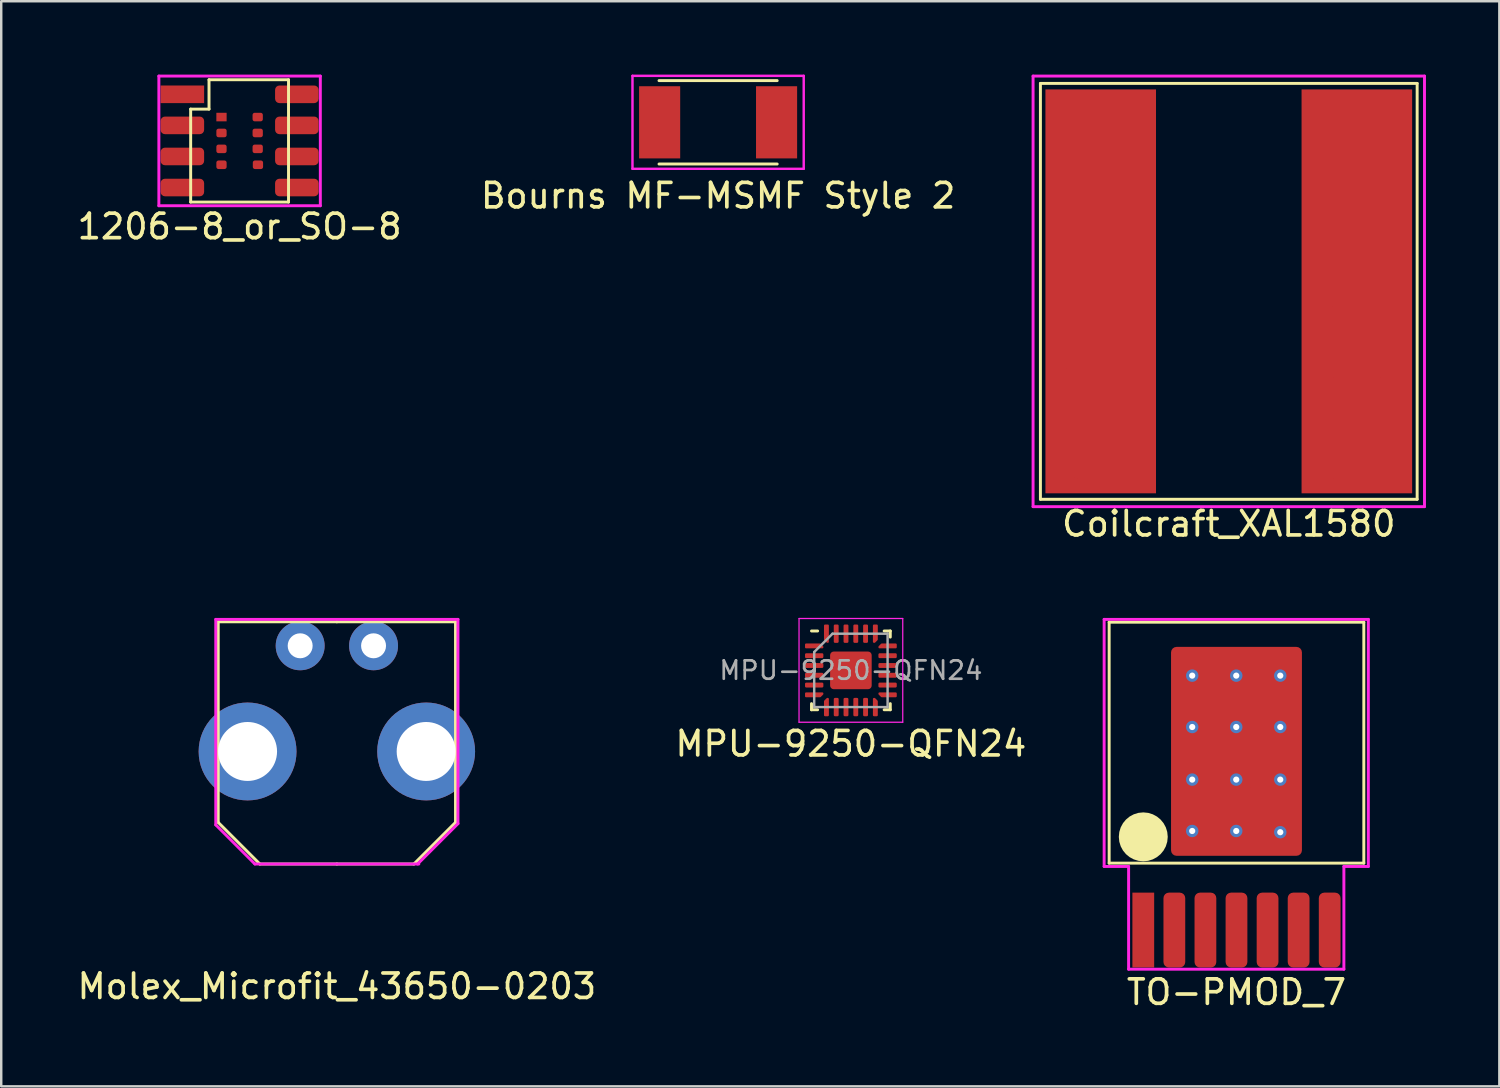
<source format=kicad_pcb>
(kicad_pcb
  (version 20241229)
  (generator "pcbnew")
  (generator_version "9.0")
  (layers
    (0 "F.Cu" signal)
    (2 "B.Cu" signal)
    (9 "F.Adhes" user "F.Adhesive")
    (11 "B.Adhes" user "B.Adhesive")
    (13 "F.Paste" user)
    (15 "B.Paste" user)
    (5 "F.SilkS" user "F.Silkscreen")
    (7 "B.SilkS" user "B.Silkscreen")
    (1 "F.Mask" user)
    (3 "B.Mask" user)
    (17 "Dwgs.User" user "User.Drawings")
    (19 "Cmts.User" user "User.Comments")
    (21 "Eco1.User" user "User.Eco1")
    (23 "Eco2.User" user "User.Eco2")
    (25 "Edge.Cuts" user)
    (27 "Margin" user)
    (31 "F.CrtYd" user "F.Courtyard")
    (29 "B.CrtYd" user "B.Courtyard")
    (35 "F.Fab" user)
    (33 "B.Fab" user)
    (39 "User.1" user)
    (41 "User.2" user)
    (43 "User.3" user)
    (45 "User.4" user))
  (footprint "Coilcraft_XAL1580"
    (layer "F.Cu")
    (at 47.179 8.86)
    (property "Reference" "Coilcraft_XAL1580" (at 0 9.5 0) (layer "F.SilkS") (effects (font (size 1 1) (thickness 0.15))))
    (attr through_hole)
    (fp_line (start -7.7 -8.5) (end -7.7 8.5) (stroke (width 0.12) (type solid)) (layer "F.SilkS"))
    (fp_line (start -7.7 8.5) (end 7.7 8.5) (stroke (width 0.12) (type solid)) (layer "F.SilkS"))
    (fp_line (start 7.7 -8.5) (end -7.7 -8.5) (stroke (width 0.12) (type solid)) (layer "F.SilkS"))
    (fp_line (start 7.7 8.5) (end 7.7 -8.5) (stroke (width 0.12) (type solid)) (layer "F.SilkS"))
    (fp_line (start -8 -8.8) (end -8 8.8) (stroke (width 0.12) (type solid)) (layer "F.CrtYd"))
    (fp_line (start -8 8.8) (end 8 8.8) (stroke (width 0.12) (type solid)) (layer "F.CrtYd"))
    (fp_line (start 8 -8.8) (end -8 -8.8) (stroke (width 0.12) (type solid)) (layer "F.CrtYd"))
    (fp_line (start 8 8.8) (end 8 -8.8) (stroke (width 0.12) (type solid)) (layer "F.CrtYd"))
    (pad "1" smd roundrect (at 5.235 -6.191) (size 3 3) (layers "F.Cu" "F.Paste") (roundrect_rratio 0.25))
    (pad "1" smd roundrect (at 5.235 -2.063) (size 3 3) (layers "F.Cu" "F.Paste") (roundrect_rratio 0.25))
    (pad "1" smd rect (at 5.235 0) (size 4.52 16.51) (layers "F.Cu" "F.Mask"))
    (pad "1" smd roundrect (at 5.235 2.064) (size 3 3) (layers "F.Cu" "F.Paste") (roundrect_rratio 0.25))
    (pad "1" smd roundrect (at 5.235 6.191) (size 3 3) (layers "F.Cu" "F.Paste") (roundrect_rratio 0.25))
    (pad "2" smd roundrect (at -5.235 -6.191) (size 3 3) (layers "F.Cu" "F.Paste") (roundrect_rratio 0.25))
    (pad "2" smd roundrect (at -5.235 -2.063) (size 3 3) (layers "F.Cu" "F.Paste") (roundrect_rratio 0.25))
    (pad "2" smd rect (at -5.235 0) (size 4.52 16.51) (layers "F.Cu" "F.Mask"))
    (pad "2" smd roundrect (at -5.235 2.05) (size 3 3) (layers "F.Cu" "F.Paste") (roundrect_rratio 0.25))
    (pad "2" smd roundrect (at -5.235 6.191) (size 3 3) (layers "F.Cu" "F.Paste") (roundrect_rratio 0.25)))
  (footprint "1206-8_or_SO-8"
    (layer "F.Cu")
    (at 6.744 2.71)
    (property "Reference" "1206-8_or_SO-8" (at 0 3.5 0) (layer "F.SilkS") (effects (font (size 1 1) (thickness 0.15))))
    (attr through_hole)
    (fp_line (start -2 -1.3) (end -1.25 -1.3) (stroke (width 0.12) (type solid)) (layer "F.SilkS"))
    (fp_line (start -2 2.5) (end -2 -1.3) (stroke (width 0.12) (type solid)) (layer "F.SilkS"))
    (fp_line (start -1.25 -2.5) (end 2 -2.5) (stroke (width 0.12) (type solid)) (layer "F.SilkS"))
    (fp_line (start -1.25 -1.3) (end -1.25 -2.5) (stroke (width 0.12) (type solid)) (layer "F.SilkS"))
    (fp_line (start 2 -2.5) (end 2 2.5) (stroke (width 0.12) (type solid)) (layer "F.SilkS"))
    (fp_line (start 2 2.5) (end -2 2.5) (stroke (width 0.12) (type solid)) (layer "F.SilkS"))
    (fp_line (start -3.3 -2.65) (end 3.3 -2.65) (stroke (width 0.12) (type solid)) (layer "F.CrtYd"))
    (fp_line (start -3.3 2.65) (end -3.3 -2.65) (stroke (width 0.12) (type solid)) (layer "F.CrtYd"))
    (fp_line (start 3.3 -2.65) (end 3.3 2.65) (stroke (width 0.12) (type solid)) (layer "F.CrtYd"))
    (fp_line (start 3.3 2.65) (end -3.3 2.65) (stroke (width 0.12) (type solid)) (layer "F.CrtYd"))
    (pad "1" smd rect (at -2.34 -1.905) (size 1.78 0.72) (layers "F.Cu" "F.Mask" "F.Paste"))
    (pad "1" smd rect (at -0.74 -0.975) (size 0.42 0.35) (layers "F.Cu" "F.Mask" "F.Paste"))
    (pad "2" smd roundrect (at -2.34 -0.635) (size 1.78 0.72) (layers "F.Cu" "F.Mask" "F.Paste") (roundrect_rratio 0.25))
    (pad "2" smd roundrect (at -0.74 -0.325) (size 0.42 0.35) (layers "F.Cu" "F.Mask" "F.Paste") (roundrect_rratio 0.25))
    (pad "3" smd roundrect (at -2.34 0.635) (size 1.78 0.72) (layers "F.Cu" "F.Mask" "F.Paste") (roundrect_rratio 0.25))
    (pad "3" smd roundrect (at -0.74 0.325) (size 0.42 0.35) (layers "F.Cu" "F.Mask" "F.Paste") (roundrect_rratio 0.25))
    (pad "4" smd roundrect (at -2.34 1.905) (size 1.78 0.72) (layers "F.Cu" "F.Mask" "F.Paste") (roundrect_rratio 0.25))
    (pad "4" smd roundrect (at -0.74 0.975) (size 0.42 0.35) (layers "F.Cu" "F.Mask" "F.Paste") (roundrect_rratio 0.25))
    (pad "5" smd roundrect (at 0.75 0.975) (size 0.42 0.35) (layers "F.Cu" "F.Mask" "F.Paste") (roundrect_rratio 0.25))
    (pad "5" smd roundrect (at 2.34 1.905) (size 1.78 0.72) (layers "F.Cu" "F.Mask" "F.Paste") (roundrect_rratio 0.25))
    (pad "6" smd roundrect (at 0.74 0.325) (size 0.42 0.35) (layers "F.Cu" "F.Mask" "F.Paste") (roundrect_rratio 0.25))
    (pad "6" smd roundrect (at 2.34 0.635) (size 1.78 0.72) (layers "F.Cu" "F.Mask" "F.Paste") (roundrect_rratio 0.25))
    (pad "7" smd roundrect (at 0.74 -0.325) (size 0.42 0.35) (layers "F.Cu" "F.Mask" "F.Paste") (roundrect_rratio 0.25))
    (pad "7" smd roundrect (at 2.34 -0.635) (size 1.78 0.72) (layers "F.Cu" "F.Mask" "F.Paste") (roundrect_rratio 0.25))
    (pad "8" smd roundrect (at 0.74 -0.975) (size 0.42 0.35) (layers "F.Cu" "F.Mask" "F.Paste") (roundrect_rratio 0.25))
    (pad "8" smd roundrect (at 2.34 -1.905) (size 1.78 0.72) (layers "F.Cu" "F.Mask" "F.Paste") (roundrect_rratio 0.25)))
  (footprint "Molex_Microfit_43650-0203"
    (layer "F.Cu")
    (at 10.72 32.268)
    (property "Reference" "Molex_Microfit_43650-0203" (at 0 5 0) (layer "F.SilkS") (effects (font (size 1 1) (thickness 0.15))))
    (attr through_hole)
    (fp_line (start -4.85 -9.9) (end 0 -9.9) (stroke (width 0.12) (type solid)) (layer "F.SilkS"))
    (fp_line (start -4.85 -1.7) (end -4.85 -9.9) (stroke (width 0.12) (type solid)) (layer "F.SilkS"))
    (fp_line (start -3.15 0) (end -4.85 -1.7) (stroke (width 0.12) (type solid)) (layer "F.SilkS"))
    (fp_line (start 0 -9.9) (end 4.85 -9.9) (stroke (width 0.12) (type solid)) (layer "F.SilkS"))
    (fp_line (start 0 0) (end -3.15 0) (stroke (width 0.12) (type solid)) (layer "F.SilkS"))
    (fp_line (start 0 0) (end 3.15 0) (stroke (width 0.12) (type solid)) (layer "F.SilkS"))
    (fp_line (start 3.15 0) (end 4.85 -1.7) (stroke (width 0.12) (type solid)) (layer "F.SilkS"))
    (fp_line (start 4.85 -1.7) (end 4.85 -9.9) (stroke (width 0.12) (type solid)) (layer "F.SilkS"))
    (fp_line (start -4.95 -10) (end 4.95 -10) (stroke (width 0.12) (type solid)) (layer "F.CrtYd"))
    (fp_line (start -4.95 -1.6) (end -4.95 -10) (stroke (width 0.12) (type solid)) (layer "F.CrtYd"))
    (fp_line (start -3.35 0) (end -4.95 -1.6) (stroke (width 0.12) (type solid)) (layer "F.CrtYd"))
    (fp_line (start 3.35 0) (end -3.35 0) (stroke (width 0.12) (type solid)) (layer "F.CrtYd"))
    (fp_line (start 4.95 -10) (end 4.95 -1.65) (stroke (width 0.12) (type solid)) (layer "F.CrtYd"))
    (fp_line (start 4.95 -1.65) (end 3.3 0) (stroke (width 0.12) (type solid)) (layer "F.CrtYd"))
    (pad "" np_thru_hole circle (at -3.65 -4.6) (size 4 4) (drill 2.41) (layers "*.Cu" "*.Mask"))
    (pad "" np_thru_hole circle (at 3.65 -4.6) (size 4 4) (drill 2.41) (layers "*.Cu" "*.Mask"))
    (pad "1" thru_hole circle (at 1.5 -8.92) (size 2 2) (drill 1.02) (layers "*.Cu" "*.Mask"))
    (pad "2" thru_hole circle (at -1.5 -8.92) (size 2 2) (drill 1.02) (layers "*.Cu" "*.Mask")))
  (footprint "TO-PMOD_7"
    (layer "F.Cu")
    (at 43.684 34.968)
    (property "Reference" "TO-PMOD_7" (at 3.81 2.54 0) (layer "F.SilkS") (effects (font (size 1 1) (thickness 0.15))))
    (attr through_hole)
    (fp_line (start -1.395 -12.585) (end -1.395 -2.735) (stroke (width 0.12) (type solid)) (layer "F.SilkS"))
    (fp_line (start -1.395 -12.585) (end 9.015 -12.585) (stroke (width 0.12) (type solid)) (layer "F.SilkS"))
    (fp_line (start 9.015 -12.585) (end 9.015 -2.735) (stroke (width 0.12) (type solid)) (layer "F.SilkS"))
    (fp_line (start 9.015 -2.735) (end -1.395 -2.735) (stroke (width 0.12) (type solid)) (layer "F.SilkS"))
    (fp_circle (center 0 -3.81) (end 0 -3.81) (stroke (width 1) (type solid)) (fill no) (layer "F.SilkS"))
    (fp_line (start -1.6 -12.7) (end -1.6 -2.6) (stroke (width 0.12) (type solid)) (layer "F.CrtYd"))
    (fp_line (start -0.6 -2.6) (end -1.6 -2.6) (stroke (width 0.12) (type solid)) (layer "F.CrtYd"))
    (fp_line (start -0.6 1.6) (end -0.6 -2.6) (stroke (width 0.12) (type solid)) (layer "F.CrtYd"))
    (fp_line (start 8.2 -2.6) (end 8.2 1.6) (stroke (width 0.12) (type solid)) (layer "F.CrtYd"))
    (fp_line (start 8.2 1.6) (end -0.6 1.6) (stroke (width 0.12) (type solid)) (layer "F.CrtYd"))
    (fp_line (start 9.2 -12.7) (end -1.6 -12.7) (stroke (width 0.12) (type solid)) (layer "F.CrtYd"))
    (fp_line (start 9.2 -2.6) (end 8.2 -2.6) (stroke (width 0.12) (type solid)) (layer "F.CrtYd"))
    (fp_line (start 9.2 -2.6) (end 9.2 -12.7) (stroke (width 0.12) (type solid)) (layer "F.CrtYd"))
    (pad "1" smd rect (at 0 0) (size 0.89 3.06) (layers "F.Cu" "F.Mask" "F.Paste"))
    (pad "2" smd roundrect (at 1.27 0) (size 0.89 3.06) (layers "F.Cu" "F.Mask" "F.Paste") (roundrect_rratio 0.25))
    (pad "3" smd roundrect (at 2.54 0) (size 0.89 3.06) (layers "F.Cu" "F.Mask" "F.Paste") (roundrect_rratio 0.25))
    (pad "4" smd roundrect (at 3.81 0) (size 0.89 3.06) (layers "F.Cu" "F.Mask" "F.Paste") (roundrect_rratio 0.25))
    (pad "5" smd roundrect (at 5.08 0) (size 0.89 3.06) (layers "F.Cu" "F.Mask" "F.Paste") (roundrect_rratio 0.25))
    (pad "6" smd roundrect (at 6.35 0) (size 0.89 3.06) (layers "F.Cu" "F.Mask" "F.Paste") (roundrect_rratio 0.25))
    (pad "7" smd roundrect (at 7.62 0) (size 0.89 3.06) (layers "F.Cu" "F.Mask" "F.Paste") (roundrect_rratio 0.25))
    (pad "GND" thru_hole circle (at 2 -10.4) (size 0.508 0.508) (drill 0.254) (layers "*.Cu"))
    (pad "GND" thru_hole circle (at 2 -8.3) (size 0.508 0.508) (drill 0.254) (layers "*.Cu"))
    (pad "GND" thru_hole circle (at 2 -6.15) (size 0.508 0.508) (drill 0.254) (layers "*.Cu"))
    (pad "GND" thru_hole circle (at 2 -4.05) (size 0.508 0.508) (drill 0.254) (layers "*.Cu"))
    (pad "GND" smd roundrect (at 2.85 -5.1) (size 1.3 1.6) (layers "F.Cu" "F.Mask" "F.Paste") (roundrect_rratio 0.292))
    (pad "GND" smd roundrect (at 2.9 -9.35) (size 1.3 1.6) (layers "F.Cu" "F.Mask" "F.Paste") (roundrect_rratio 0.292))
    (pad "GND" smd roundrect (at 2.9 -7.25) (size 1.3 1.6) (layers "F.Cu" "F.Mask" "F.Paste") (roundrect_rratio 0.292))
    (pad "GND" thru_hole circle (at 3.8 -10.4) (size 0.508 0.508) (drill 0.254) (layers "*.Cu"))
    (pad "GND" thru_hole circle (at 3.8 -8.3) (size 0.508 0.508) (drill 0.254) (layers "*.Cu"))
    (pad "GND" thru_hole circle (at 3.8 -6.15) (size 0.508 0.508) (drill 0.254) (layers "*.Cu"))
    (pad "GND" thru_hole circle (at 3.8 -4.05) (size 0.508 0.508) (drill 0.254) (layers "*.Cu"))
    (pad "GND" smd roundrect (at 3.81 -7.305) (size 5.35 8.54) (layers "F.Cu" "F.Mask") (roundrect_rratio 0.042))
    (pad "GND" smd roundrect (at 4.7 -7.25) (size 1.3 1.6) (layers "F.Cu" "F.Mask" "F.Paste") (roundrect_rratio 0.292))
    (pad "GND" smd roundrect (at 4.75 -9.35) (size 1.4 1.6) (layers "F.Cu" "F.Mask" "F.Paste") (roundrect_rratio 0.292))
    (pad "GND" smd roundrect (at 4.75 -5.05) (size 1.3 1.6) (layers "F.Cu" "F.Mask" "F.Paste") (roundrect_rratio 0.292))
    (pad "GND" thru_hole circle (at 5.6 -10.4) (size 0.508 0.508) (drill 0.254) (layers "*.Cu"))
    (pad "GND" thru_hole circle (at 5.6 -8.3) (size 0.508 0.508) (drill 0.254) (layers "*.Cu"))
    (pad "GND" thru_hole circle (at 5.6 -6.15) (size 0.508 0.508) (drill 0.254) (layers "*.Cu"))
    (pad "GND" thru_hole circle (at 5.6 -4) (size 0.508 0.508) (drill 0.254) (layers "*.Cu")))
  (footprint "Bourns MF-MSMF Style 2"
    (layer "F.Cu")
    (at 26.304 1.95)
    (property "Reference" "Bourns MF-MSMF Style 2" (at 0 3 0) (layer "F.SilkS") (effects (font (size 1 1) (thickness 0.15))))
    (attr through_hole)
    (fp_line (start -2.415 -1.705) (end 2.415 -1.705) (stroke (width 0.12) (type solid)) (layer "F.SilkS"))
    (fp_line (start -2.415 1.705) (end 2.415 1.705) (stroke (width 0.12) (type solid)) (layer "F.SilkS"))
    (fp_line (start -3.5 -1.9) (end 3.5 -1.9) (stroke (width 0.1) (type solid)) (layer "F.CrtYd"))
    (fp_line (start -3.5 1.9) (end -3.5 -1.9) (stroke (width 0.1) (type solid)) (layer "F.CrtYd"))
    (fp_line (start 3.5 -1.9) (end 3.5 1.9) (stroke (width 0.1) (type solid)) (layer "F.CrtYd"))
    (fp_line (start 3.5 1.9) (end -3.5 1.9) (stroke (width 0.1) (type solid)) (layer "F.CrtYd"))
    (pad "1" smd rect (at -2.39 0) (size 1.68 2.95) (layers "F.Cu" "F.Mask" "F.Paste"))
    (pad "2" smd rect (at 2.39 0) (size 1.68 2.95) (layers "F.Cu" "F.Mask" "F.Paste")))
  (footprint "MPU-9250-QFN24"
    (layer "F.Cu")
    (at 31.732 24.353)
    (property "Reference" "MPU-9250-QFN24" (at 0 3 0) (layer "F.SilkS") (effects (font (size 1 1) (thickness 0.15))))
    (attr through_hole)
    (fp_line (start -1.61 1.61) (end -1.61 1.36) (stroke (width 0.12) (type solid)) (layer "F.SilkS"))
    (fp_line (start -1.36 -1.61) (end -1.61 -1.61) (stroke (width 0.12) (type solid)) (layer "F.SilkS"))
    (fp_line (start -1.36 1.61) (end -1.61 1.61) (stroke (width 0.12) (type solid)) (layer "F.SilkS"))
    (fp_line (start 1.36 -1.61) (end 1.61 -1.61) (stroke (width 0.12) (type solid)) (layer "F.SilkS"))
    (fp_line (start 1.36 1.61) (end 1.61 1.61) (stroke (width 0.12) (type solid)) (layer "F.SilkS"))
    (fp_line (start 1.61 -1.61) (end 1.61 -1.36) (stroke (width 0.12) (type solid)) (layer "F.SilkS"))
    (fp_line (start 1.61 1.61) (end 1.61 1.36) (stroke (width 0.12) (type solid)) (layer "F.SilkS"))
    (fp_line (start -2.12 -2.12) (end -2.12 2.12) (stroke (width 0.05) (type solid)) (layer "F.CrtYd"))
    (fp_line (start -2.12 2.12) (end 2.12 2.12) (stroke (width 0.05) (type solid)) (layer "F.CrtYd"))
    (fp_line (start 2.12 -2.12) (end -2.12 -2.12) (stroke (width 0.05) (type solid)) (layer "F.CrtYd"))
    (fp_line (start 2.12 2.12) (end 2.12 -2.12) (stroke (width 0.05) (type solid)) (layer "F.CrtYd"))
    (fp_line (start -1.5 -0.75) (end -0.75 -1.5) (stroke (width 0.1) (type solid)) (layer "F.Fab"))
    (fp_line (start -1.5 1.5) (end -1.5 -0.75) (stroke (width 0.1) (type solid)) (layer "F.Fab"))
    (fp_line (start -0.75 -1.5) (end 1.5 -1.5) (stroke (width 0.1) (type solid)) (layer "F.Fab"))
    (fp_line (start 1.5 -1.5) (end 1.5 1.5) (stroke (width 0.1) (type solid)) (layer "F.Fab"))
    (fp_line (start 1.5 1.5) (end -1.5 1.5) (stroke (width 0.1) (type solid)) (layer "F.Fab"))
    (fp_text user "${REFERENCE}" (at 0 0 0) (layer "F.Fab") (effects (font (size 0.75 0.75) (thickness 0.11))))
    (pad "" smd roundrect (at -0.44 -0.4) (size 0.71 0.64) (layers "F.Paste") (roundrect_rratio 0.25))
    (pad "" smd roundrect (at -0.44 0.4) (size 0.71 0.64) (layers "F.Paste") (roundrect_rratio 0.25))
    (pad "" smd roundrect (at 0.44 -0.4) (size 0.71 0.64) (layers "F.Paste") (roundrect_rratio 0.25))
    (pad "" smd roundrect (at 0.44 0.4) (size 0.71 0.64) (layers "F.Paste") (roundrect_rratio 0.25))
    (pad "1" smd custom (at -1.5 -1) (size 0.115 0.115) (layers "F.Cu" "F.Mask" "F.Paste") (options (anchor circle)) (primitives (gr_poly (pts (xy -0.335 -0.06) (xy 0.238 -0.06) (xy 0.335 0.037) (xy 0.335 0.06) (xy -0.335 0.06)) (width 0.08) (fill yes))))
    (pad "2" smd roundrect (at -1.5 -0.6) (size 0.75 0.2) (layers "F.Cu" "F.Mask" "F.Paste") (roundrect_rratio 0.25))
    (pad "3" smd roundrect (at -1.5 -0.2) (size 0.75 0.2) (layers "F.Cu" "F.Mask" "F.Paste") (roundrect_rratio 0.25))
    (pad "4" smd roundrect (at -1.5 0.2) (size 0.75 0.2) (layers "F.Cu" "F.Mask" "F.Paste") (roundrect_rratio 0.25))
    (pad "5" smd roundrect (at -1.5 0.6) (size 0.75 0.2) (layers "F.Cu" "F.Mask" "F.Paste") (roundrect_rratio 0.25))
    (pad "6" smd custom (at -1.5 1) (size 0.115 0.115) (layers "F.Cu" "F.Mask" "F.Paste") (options (anchor circle)) (primitives (gr_poly (pts (xy -0.335 -0.06) (xy 0.335 -0.06) (xy 0.335 -0.037) (xy 0.238 0.06) (xy -0.335 0.06)) (width 0.08) (fill yes))))
    (pad "7" smd custom (at -1 1.5) (size 0.115 0.115) (layers "F.Cu" "F.Mask" "F.Paste") (options (anchor circle)) (primitives (gr_poly (pts (xy -0.06 -0.238) (xy 0.037 -0.335) (xy 0.06 -0.335) (xy 0.06 0.335) (xy -0.06 0.335)) (width 0.08) (fill yes))))
    (pad "8" smd roundrect (at -0.6 1.5) (size 0.2 0.75) (layers "F.Cu" "F.Mask" "F.Paste") (roundrect_rratio 0.25))
    (pad "9" smd roundrect (at -0.2 1.5) (size 0.2 0.75) (layers "F.Cu" "F.Mask" "F.Paste") (roundrect_rratio 0.25))
    (pad "10" smd roundrect (at 0.2 1.5) (size 0.2 0.75) (layers "F.Cu" "F.Mask" "F.Paste") (roundrect_rratio 0.25))
    (pad "11" smd roundrect (at 0.6 1.5) (size 0.2 0.75) (layers "F.Cu" "F.Mask" "F.Paste") (roundrect_rratio 0.25))
    (pad "12" smd custom (at 1 1.5) (size 0.115 0.115) (layers "F.Cu" "F.Mask" "F.Paste") (options (anchor circle)) (primitives (gr_poly (pts (xy -0.06 -0.335) (xy -0.037 -0.335) (xy 0.06 -0.238) (xy 0.06 0.335) (xy -0.06 0.335)) (width 0.08) (fill yes))))
    (pad "13" smd custom (at 1.5 1) (size 0.115 0.115) (layers "F.Cu" "F.Mask" "F.Paste") (options (anchor circle)) (primitives (gr_poly (pts (xy -0.335 -0.06) (xy 0.335 -0.06) (xy 0.335 0.06) (xy -0.238 0.06) (xy -0.335 -0.037)) (width 0.08) (fill yes))))
    (pad "14" smd roundrect (at 1.5 0.6) (size 0.75 0.2) (layers "F.Cu" "F.Mask" "F.Paste") (roundrect_rratio 0.25))
    (pad "15" smd roundrect (at 1.5 0.2) (size 0.75 0.2) (layers "F.Cu" "F.Mask" "F.Paste") (roundrect_rratio 0.25))
    (pad "16" smd roundrect (at 1.5 -0.2) (size 0.75 0.2) (layers "F.Cu" "F.Mask" "F.Paste") (roundrect_rratio 0.25))
    (pad "17" smd roundrect (at 1.5 -0.6) (size 0.75 0.2) (layers "F.Cu" "F.Mask" "F.Paste") (roundrect_rratio 0.25))
    (pad "18" smd custom (at 1.5 -1) (size 0.115 0.115) (layers "F.Cu" "F.Mask" "F.Paste") (options (anchor circle)) (primitives (gr_poly (pts (xy -0.335 0.037) (xy -0.238 -0.06) (xy 0.335 -0.06) (xy 0.335 0.06) (xy -0.335 0.06)) (width 0.08) (fill yes))))
    (pad "19" smd custom (at 1 -1.5) (size 0.115 0.115) (layers "F.Cu" "F.Mask" "F.Paste") (options (anchor circle)) (primitives (gr_poly (pts (xy -0.06 -0.335) (xy 0.06 -0.335) (xy 0.06 0.238) (xy -0.037 0.335) (xy -0.06 0.335)) (width 0.08) (fill yes))))
    (pad "20" smd roundrect (at 0.6 -1.5) (size 0.2 0.75) (layers "F.Cu" "F.Mask" "F.Paste") (roundrect_rratio 0.25))
    (pad "21" smd roundrect (at 0.2 -1.5) (size 0.2 0.75) (layers "F.Cu" "F.Mask" "F.Paste") (roundrect_rratio 0.25))
    (pad "22" smd roundrect (at -0.2 -1.5) (size 0.2 0.75) (layers "F.Cu" "F.Mask" "F.Paste") (roundrect_rratio 0.25))
    (pad "23" smd roundrect (at -0.6 -1.5) (size 0.2 0.75) (layers "F.Cu" "F.Mask" "F.Paste") (roundrect_rratio 0.25))
    (pad "24" smd custom (at -1 -1.5) (size 0.115 0.115) (layers "F.Cu" "F.Mask" "F.Paste") (options (anchor circle)) (primitives (gr_poly (pts (xy -0.06 -0.335) (xy 0.06 -0.335) (xy 0.06 0.335) (xy 0.037 0.335) (xy -0.06 0.238)) (width 0.08) (fill yes))))
    (pad "25" smd roundrect (at 0 0) (size 1.7 1.54) (layers "F.Cu" "F.Mask") (roundrect_rratio 0.097)))
  (gr_rect
    (start -3 -3)
    (end 58.239 41.356)
    (stroke (width 0.1) (type default))
    (fill no)
    (layer "Edge.Cuts")))
</source>
